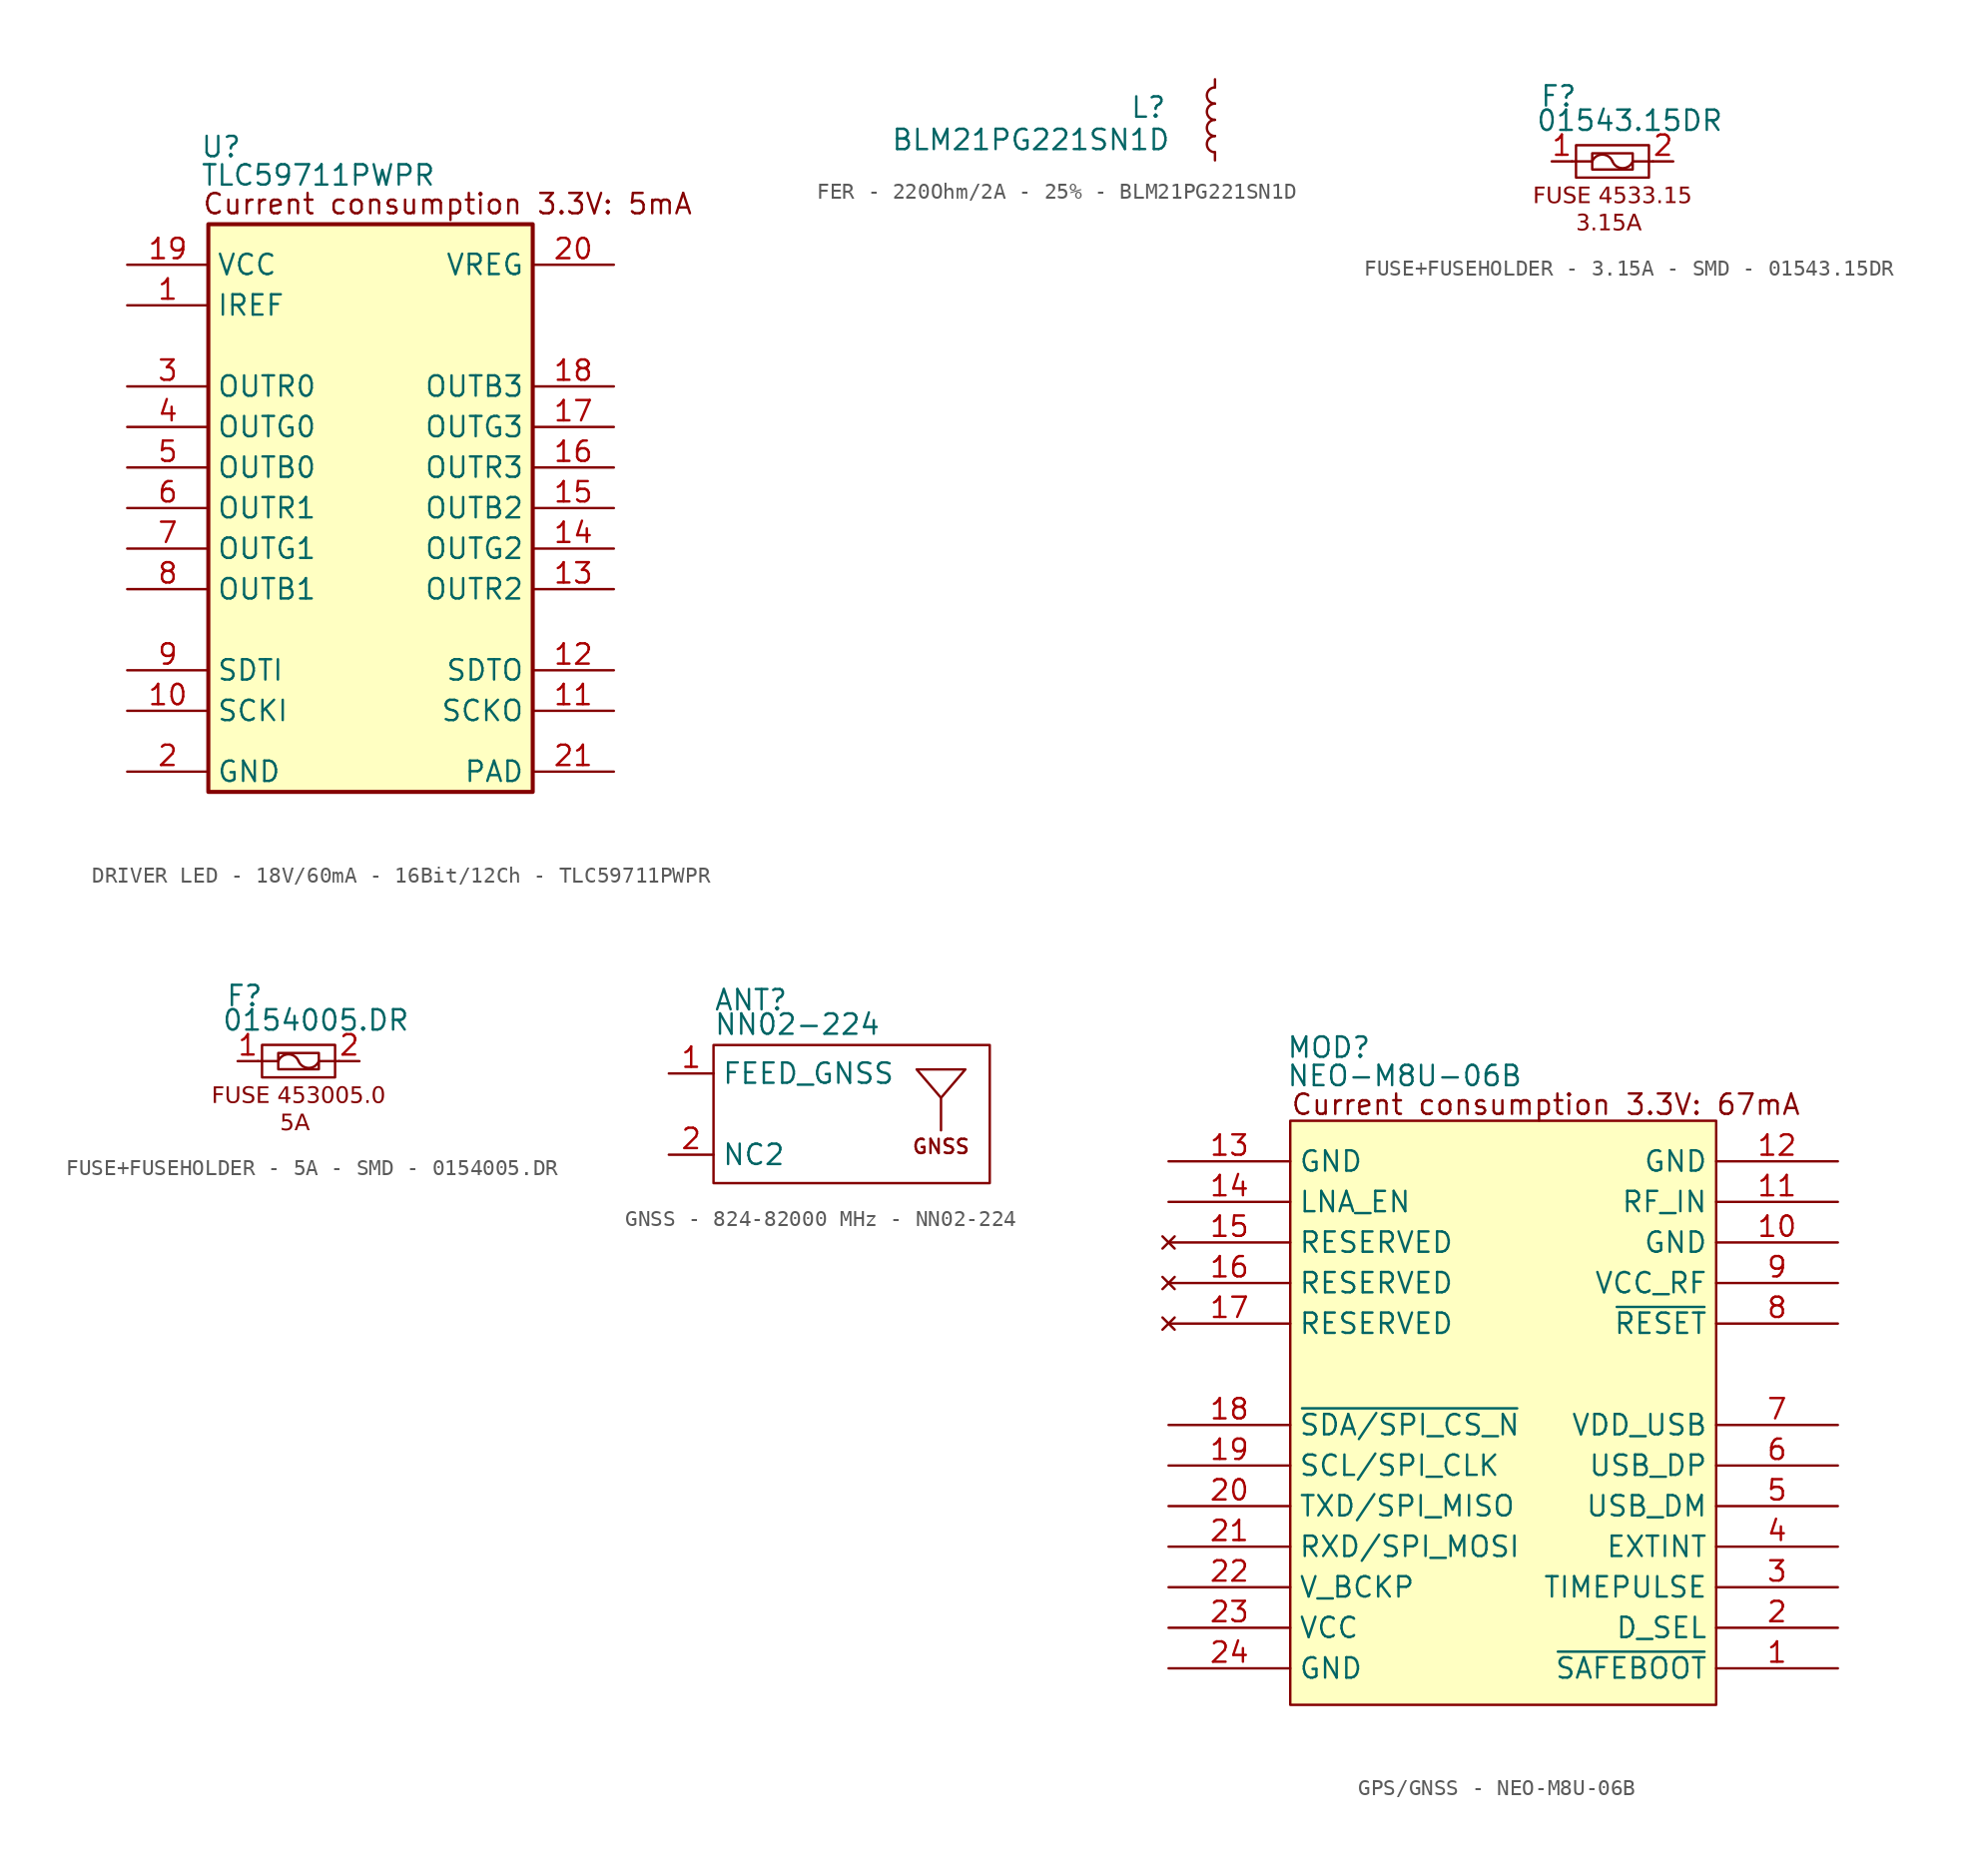
<source format=kicad_sym>
(kicad_symbol_lib
  (version 20241209)
  (generator "kicad_symbol_editor")
  (generator_version "9.0")
  (symbol "DRIVER LED - 18V/60mA - 16Bit/12Ch - TLC59711PWPR "
    (property "Reference" "U"
      (at -10.668 23.368 0)
      (effects (font (size 1.27 1.27)) (justify left top)))
    (property "Value" "TLC59711PWPR"
      (at -10.668 21.59 0)
      (effects (font (size 1.27 1.27)) (justify left top)))
    (symbol "DRIVER LED - 18V/60mA - 16Bit/12Ch - TLC59711PWPR _1_1"
      (rectangle (start -10.16 17.78) (end 10.16 -17.78) (stroke (width 0.254) (type default)) (fill (type background)))
      (text "Current consumption 3.3V: 5mA" (at 4.826 19.05 0) (effects (font (size 1.27 1.27) (color 132 0 0 1))))
      (pin power_in line (at -15.24 15.24 0) (length 5.08) (name "VCC" (effects (font (size 1.27 1.27)))) (number "19" (effects (font (size 1.27 1.27)))))
      (pin bidirectional line (at -15.24 12.7 0) (length 5.08) (name "IREF" (effects (font (size 1.27 1.27)))) (number "1" (effects (font (size 1.27 1.27)))))
      (pin output line (at -15.24 7.62 0) (length 5.08) (name "OUTR0" (effects (font (size 1.27 1.27)))) (number "3" (effects (font (size 1.27 1.27)))))
      (pin output line (at -15.24 5.08 0) (length 5.08) (name "OUTG0" (effects (font (size 1.27 1.27)))) (number "4" (effects (font (size 1.27 1.27)))))
      (pin output line (at -15.24 2.54 0) (length 5.08) (name "OUTB0" (effects (font (size 1.27 1.27)))) (number "5" (effects (font (size 1.27 1.27)))))
      (pin output line (at -15.24 0 0) (length 5.08) (name "OUTR1" (effects (font (size 1.27 1.27)))) (number "6" (effects (font (size 1.27 1.27)))))
      (pin output line (at -15.24 -2.54 0) (length 5.08) (name "OUTG1" (effects (font (size 1.27 1.27)))) (number "7" (effects (font (size 1.27 1.27)))))
      (pin output line (at -15.24 -5.08 0) (length 5.08) (name "OUTB1" (effects (font (size 1.27 1.27)))) (number "8" (effects (font (size 1.27 1.27)))))
      (pin input line (at -15.24 -10.16 0) (length 5.08) (name "SDTI" (effects (font (size 1.27 1.27)))) (number "9" (effects (font (size 1.27 1.27)))))
      (pin input line (at -15.24 -12.7 0) (length 5.08) (name "SCKI" (effects (font (size 1.27 1.27)))) (number "10" (effects (font (size 1.27 1.27)))))
      (pin power_in line (at -15.24 -16.51 0) (length 5.08) (name "GND" (effects (font (size 1.27 1.27)))) (number "2" (effects (font (size 1.27 1.27)))))
      (pin bidirectional line (at 15.24 15.24 180) (length 5.08) (name "VREG" (effects (font (size 1.27 1.27)))) (number "20" (effects (font (size 1.27 1.27)))))
      (pin output line (at 15.24 7.62 180) (length 5.08) (name "OUTB3" (effects (font (size 1.27 1.27)))) (number "18" (effects (font (size 1.27 1.27)))))
      (pin output line (at 15.24 5.08 180) (length 5.08) (name "OUTG3" (effects (font (size 1.27 1.27)))) (number "17" (effects (font (size 1.27 1.27)))))
      (pin output line (at 15.24 2.54 180) (length 5.08) (name "OUTR3" (effects (font (size 1.27 1.27)))) (number "16" (effects (font (size 1.27 1.27)))))
      (pin output line (at 15.24 0 180) (length 5.08) (name "OUTB2" (effects (font (size 1.27 1.27)))) (number "15" (effects (font (size 1.27 1.27)))))
      (pin output line (at 15.24 -2.54 180) (length 5.08) (name "OUTG2" (effects (font (size 1.27 1.27)))) (number "14" (effects (font (size 1.27 1.27)))))
      (pin output line (at 15.24 -5.08 180) (length 5.08) (name "OUTR2" (effects (font (size 1.27 1.27)))) (number "13" (effects (font (size 1.27 1.27)))))
      (pin output line (at 15.24 -10.16 180) (length 5.08) (name "SDTO" (effects (font (size 1.27 1.27)))) (number "12" (effects (font (size 1.27 1.27)))))
      (pin output line (at 15.24 -12.7 180) (length 5.08) (name "SCKO" (effects (font (size 1.27 1.27)))) (number "11" (effects (font (size 1.27 1.27)))))
      (pin power_out line (at 15.24 -16.51 180) (length 5.08) (name "PAD" (effects (font (size 1.27 1.27)))) (number "21" (effects (font (size 1.27 1.27)))))))
  (symbol "FER - 220Ohm/2A - 25% - BLM21PG221SN1D"
    (pin_numbers
      (hide yes))
    (pin_names
      (hide yes))
    (property "Reference" "L"
      (at -5.334 1.524 0)
      (effects (font (size 1.27 1.27)) (justify left top)))
    (property "Value" "BLM21PG221SN1D"
      (at -20.32 -0.508 0)
      (effects (font (size 1.27 1.27)) (justify left top)))
    (symbol "FER - 220Ohm/2A - 25% - BLM21PG221SN1D_0_1"
      (arc (start 0 1.016) (mid -0.5058 1.524) (end 0 2.032) (stroke (width 0) (type default)) (fill (type none)))
      (arc (start 0 0) (mid -0.5058 0.508) (end 0 1.016) (stroke (width 0) (type default)) (fill (type none)))
      (arc (start 0 -1.016) (mid -0.5058 -0.508) (end 0 0) (stroke (width 0) (type default)) (fill (type none)))
      (arc (start 0 -2.032) (mid -0.5058 -1.524) (end 0 -1.016) (stroke (width 0) (type default)) (fill (type none))))
    (symbol "FER - 220Ohm/2A - 25% - BLM21PG221SN1D_1_1"
      (pin passive line (at 0 2.54 270) (length 0.508) (name "~" (effects (font (size 1.27 1.27)))) (number "1" (effects (font (size 1.27 1.27)))))
      (pin passive line (at 0 -2.54 90) (length 0.508) (name "~" (effects (font (size 1.27 1.27)))) (number "2" (effects (font (size 1.27 1.27)))))))
  (symbol "FUSE+FUSEHOLDER - 3.15A - SMD - 01543.15DR"
    (property "Reference" "F"
      (at -4.572 4.826 0)
      (effects (font (size 1.27 1.27)) (justify left top)))
    (property "Value" "01543.15DR"
      (at -4.826 3.302 0)
      (effects (font (size 1.27 1.27)) (justify left top)))
    (symbol "FUSE+FUSEHOLDER - 3.15A - SMD - 01543.15DR_0_1"
      (rectangle (start -2.286 1.016) (end 2.286 -1.016) (stroke (width 0) (type default)) (fill (type none)))
      (rectangle (start -1.27 0.508) (end 1.27 -0.508) (stroke (width 0) (type default)) (fill (type none)))
      (polyline (pts (xy -1.27 0) (xy -2.54 0)) (stroke (width 0) (type default)) (fill (type none)))
      (arc (start -1.27 0) (mid -0.635 0.4271) (end 0 0) (stroke (width 0) (type default)) (fill (type none)))
      (arc (start 1.27 0) (mid 0.635 -0.4271) (end 0 0) (stroke (width 0) (type default)) (fill (type none)))
      (polyline (pts (xy 1.27 0) (xy 2.54 0)) (stroke (width 0) (type default)) (fill (type none))))
    (symbol "FUSE+FUSEHOLDER - 3.15A - SMD - 01543.15DR_1_1"
      (text "FUSE 4533.15\n3.15A \n" (at 0 -3.048 0) (effects (font (face "Arial") (size 1.016 1.016))))
      (pin passive line (at -3.81 0 0) (length 1.27) (name "~" (effects (font (size 1.27 1.27)))) (number "1" (effects (font (size 1.27 1.27)))))
      (pin passive line (at 3.81 0 180) (length 1.27) (name "~" (effects (font (size 1.27 1.27)))) (number "2" (effects (font (size 1.27 1.27)))))))
  (symbol "FUSE+FUSEHOLDER - 5A - SMD - 0154005.DR"
    (property "Reference" "F"
      (at -4.572 4.826 0)
      (effects (font (size 1.27 1.27)) (justify left top)))
    (property "Value" "0154005.DR"
      (at -4.826 3.302 0)
      (effects (font (size 1.27 1.27)) (justify left top)))
    (symbol "FUSE+FUSEHOLDER - 5A - SMD - 0154005.DR_0_1"
      (rectangle (start -2.286 1.016) (end 2.286 -1.016) (stroke (width 0) (type default)) (fill (type none)))
      (rectangle (start -1.27 0.508) (end 1.27 -0.508) (stroke (width 0) (type default)) (fill (type none)))
      (polyline (pts (xy -1.27 0) (xy -2.54 0)) (stroke (width 0) (type default)) (fill (type none)))
      (arc (start -1.27 0) (mid -0.635 0.4271) (end 0 0) (stroke (width 0) (type default)) (fill (type none)))
      (arc (start 1.27 0) (mid 0.635 -0.4271) (end 0 0) (stroke (width 0) (type default)) (fill (type none)))
      (polyline (pts (xy 1.27 0) (xy 2.54 0)) (stroke (width 0) (type default)) (fill (type none))))
    (symbol "FUSE+FUSEHOLDER - 5A - SMD - 0154005.DR_1_1"
      (text "FUSE 453005.0\n5A \n" (at 0 -3.048 0) (effects (font (face "Arial") (size 1.016 1.016))))
      (pin passive line (at -3.81 0 0) (length 1.27) (name "~" (effects (font (size 1.27 1.27)))) (number "1" (effects (font (size 1.27 1.27)))))
      (pin passive line (at 3.81 0 180) (length 1.27) (name "~" (effects (font (size 1.27 1.27)))) (number "2" (effects (font (size 1.27 1.27)))))))
  (symbol "GNSS - 824-82000 MHz - NN02-224 "
    (property "Reference" "ANT"
      (at -8.636 7.874 0)
      (effects (font (size 1.27 1.27)) (justify left top)))
    (property "Value" "NN02-224"
      (at -8.636 6.35 0)
      (effects (font (size 1.27 1.27)) (justify left top)))
    (symbol "GNSS - 824-82000 MHz - NN02-224 _1_1"
      (rectangle (start -8.636 4.318) (end 8.636 -4.318) (stroke (width 0) (type default)) (fill (type none)))
      (polyline (pts (xy 5.588 -1.016) (xy 5.588 1.016) (xy 4.064 2.794) (xy 7.112 2.794) (xy 5.588 1.016)) (stroke (width 0) (type default)) (fill (type none)))
      (text "GNSS\n" (at 5.588 -2.032 0) (effects (font (size 0.889 0.889))))
      (pin passive line (at -11.43 2.54 0) (length 2.794) (name "FEED_GNSS" (effects (font (size 1.27 1.27)))) (number "1" (effects (font (size 1.27 1.27)))))
      (pin passive line (at -11.43 -2.54 0) (length 2.794) (name "NC2" (effects (font (size 1.27 1.27)))) (number "2" (effects (font (size 1.27 1.27)))))))
  (symbol "GPS/GNSS - NEO-M8U-06B "
    (property "Reference" "MOD"
      (at -14.224 23.114 0)
      (effects (font (size 1.27 1.27)) (justify left top)))
    (property "Value" "NEO-M8U-06B"
      (at -14.224 21.336 0)
      (effects (font (size 1.27 1.27)) (justify left top)))
    (symbol "GPS/GNSS - NEO-M8U-06B _0_1"
      (pin power_out line (at -21.59 15.24 0) (length 7.62) (name "GND" (effects (font (size 1.27 1.27)))) (number "13" (effects (font (size 1.27 1.27)))))
      (pin output line (at -21.59 12.7 0) (length 7.62) (name "LNA_EN" (effects (font (size 1.27 1.27)))) (number "14" (effects (font (size 1.27 1.27)))))
      (pin no_connect line (at -21.59 10.16 0) (length 7.62) (name "RESERVED" (effects (font (size 1.27 1.27)))) (number "15" (effects (font (size 1.27 1.27)))))
      (pin no_connect line (at -21.59 7.62 0) (length 7.62) (name "RESERVED" (effects (font (size 1.27 1.27)))) (number "16" (effects (font (size 1.27 1.27)))))
      (pin no_connect line (at -21.59 5.08 0) (length 7.62) (name "RESERVED" (effects (font (size 1.27 1.27)))) (number "17" (effects (font (size 1.27 1.27)))))
      (pin bidirectional line (at -21.59 -3.81 0) (length 7.62) (name "SCL/SPI_CLK" (effects (font (size 1.27 1.27)))) (number "19" (effects (font (size 1.27 1.27)))))
      (pin output line (at -21.59 -6.35 0) (length 7.62) (name "TXD/SPI_MISO" (effects (font (size 1.27 1.27)))) (number "20" (effects (font (size 1.27 1.27)))))
      (pin input line (at -21.59 -8.89 0) (length 7.62) (name "RXD/SPI_MOSI" (effects (font (size 1.27 1.27)))) (number "21" (effects (font (size 1.27 1.27)))))
      (pin power_in line (at -21.59 -11.43 0) (length 7.62) (name "V_BCKP" (effects (font (size 1.27 1.27)))) (number "22" (effects (font (size 1.27 1.27)))))
      (pin power_in line (at -21.59 -13.97 0) (length 7.62) (name "VCC" (effects (font (size 1.27 1.27)))) (number "23" (effects (font (size 1.27 1.27)))))
      (pin power_out line (at -21.59 -16.51 0) (length 7.62) (name "GND" (effects (font (size 1.27 1.27)))) (number "24" (effects (font (size 1.27 1.27)))))
      (pin power_out line (at 20.32 15.24 180) (length 7.62) (name "GND" (effects (font (size 1.27 1.27)))) (number "12" (effects (font (size 1.27 1.27)))))
      (pin input line (at 20.32 12.7 180) (length 7.62) (name "RF_IN" (effects (font (size 1.27 1.27)))) (number "11" (effects (font (size 1.27 1.27)))))
      (pin power_out line (at 20.32 10.16 180) (length 7.62) (name "GND" (effects (font (size 1.27 1.27)))) (number "10" (effects (font (size 1.27 1.27)))))
      (pin power_in line (at 20.32 7.62 180) (length 7.62) (name "VCC_RF" (effects (font (size 1.27 1.27)))) (number "9" (effects (font (size 1.27 1.27)))))
      (pin power_in line (at 20.32 -1.27 180) (length 7.62) (name "VDD_USB" (effects (font (size 1.27 1.27)))) (number "7" (effects (font (size 1.27 1.27)))))
      (pin bidirectional line (at 20.32 -3.81 180) (length 7.62) (name "USB_DP" (effects (font (size 1.27 1.27)))) (number "6" (effects (font (size 1.27 1.27)))))
      (pin bidirectional line (at 20.32 -6.35 180) (length 7.62) (name "USB_DM" (effects (font (size 1.27 1.27)))) (number "5" (effects (font (size 1.27 1.27)))))
      (pin input line (at 20.32 -8.89 180) (length 7.62) (name "EXTINT" (effects (font (size 1.27 1.27)))) (number "4" (effects (font (size 1.27 1.27)))))
      (pin bidirectional line (at 20.32 -11.43 180) (length 7.62) (name "TIMEPULSE" (effects (font (size 1.27 1.27)))) (number "3" (effects (font (size 1.27 1.27)))))
      (pin input line (at 20.32 -13.97 180) (length 7.62) (name "D_SEL" (effects (font (size 1.27 1.27)))) (number "2" (effects (font (size 1.27 1.27))))))
    (symbol "GPS/GNSS - NEO-M8U-06B _1_1"
      (rectangle (start -13.97 17.78) (end 12.7 -18.796) (stroke (width 0) (type default)) (fill (type background)))
      (text "Current consumption 3.3V: 67mA" (at 2.032 18.796 0) (effects (font (size 1.27 1.27) (color 132 0 0 1))))
      (pin bidirectional line (at -21.59 -1.27 0) (length 7.62) (name "~{SDA/SPI_CS_N}" (effects (font (size 1.27 1.27)))) (number "18" (effects (font (size 1.27 1.27)))))
      (pin input line (at 20.32 5.08 180) (length 7.62) (name "~{RESET}" (effects (font (size 1.27 1.27)))) (number "8" (effects (font (size 1.27 1.27)))))
      (pin input line (at 20.32 -16.51 180) (length 7.62) (name "~{SAFEBOOT}" (effects (font (size 1.27 1.27)))) (number "1" (effects (font (size 1.27 1.27))))))))
</source>
